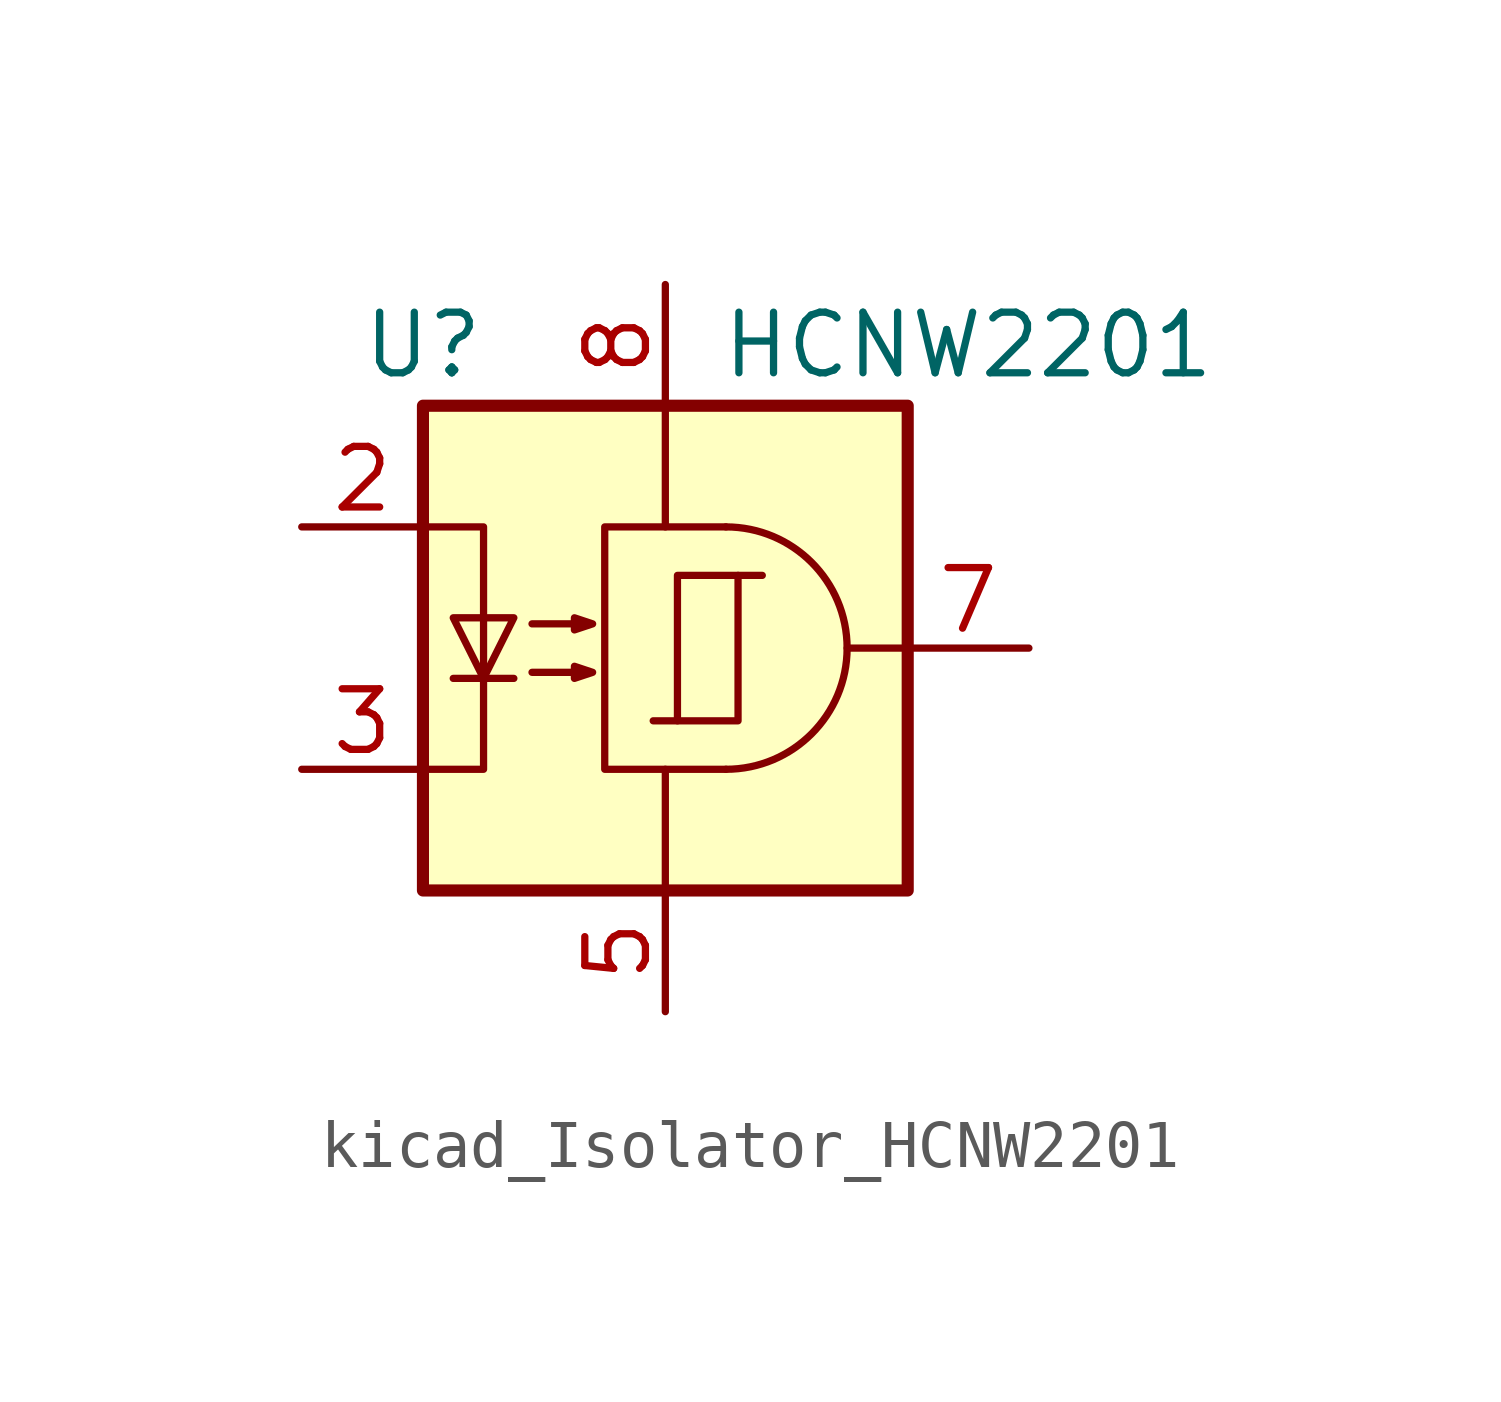
<source format=kicad_sym>
(kicad_symbol_lib
  (version 20220914)
  (generator kicad_symbol_editor)
  (symbol "kicad_Isolator_HCNW2201"
    (property "Reference" "U"
      (at -5.08 6.35 0)
      (effects (font (size 1.27 1.27))))
    (property "Value" "HCNW2201"
      (at 6.35 6.35 0)
      (effects (font (size 1.27 1.27))))
    (symbol "kicad_Isolator_HCNW2201_0_1"
      (polyline (pts (xy 5.08 0) (xy 3.81 0)) (stroke (width 0) (type default)) (fill (type none))))
    (symbol "kicad_Isolator_HCNW2201_1_1"
      (rectangle (start -5.08 5.08) (end 5.08 -5.08) (stroke (width 0.254) (type default)) (fill (type background)))
      (polyline (pts (xy -4.445 -0.635) (xy -3.175 -0.635)) (stroke (width 0) (type default)) (fill (type none)))
      (polyline (pts (xy 0 2.54) (xy 0 5.08)) (stroke (width 0) (type default)) (fill (type none)))
      (polyline (pts (xy 0.254 -1.524) (xy -0.254 -1.524)) (stroke (width 0) (type default)) (fill (type none)))
      (polyline (pts (xy 1.524 1.524) (xy 2.032 1.524)) (stroke (width 0) (type default)) (fill (type none)))
      (polyline (pts (xy 0 -2.54) (xy 0 -5.08) (xy 0 -3.81)) (stroke (width 0) (type default)) (fill (type none)))
      (polyline (pts (xy -5.08 -2.54) (xy -3.81 -2.54) (xy -3.81 2.54) (xy -5.08 2.54)) (stroke (width 0) (type default)) (fill (type none)))
      (polyline (pts (xy -3.81 -0.635) (xy -4.445 0.635) (xy -3.175 0.635) (xy -3.81 -0.635)) (stroke (width 0) (type default)) (fill (type none)))
      (polyline (pts (xy 1.27 -2.54) (xy -1.27 -2.54) (xy -1.27 2.54) (xy 1.27 2.54)) (stroke (width 0) (type default)) (fill (type none)))
      (polyline (pts (xy -2.794 -0.508) (xy -1.524 -0.508) (xy -1.905 -0.635) (xy -1.905 -0.381) (xy -1.524 -0.508)) (stroke (width 0) (type default)) (fill (type none)))
      (polyline (pts (xy -2.794 0.508) (xy -1.524 0.508) (xy -1.905 0.381) (xy -1.905 0.635) (xy -1.524 0.508)) (stroke (width 0) (type default)) (fill (type none)))
      (rectangle (start 0.254 1.524) (end 1.524 -1.524) (stroke (width 0) (type default)) (fill (type none)))
      (arc (start 1.27 -2.54) (mid 3.799 0) (end 1.27 2.54) (stroke (width 0) (type default)) (fill (type none)))
      (pin no_connect line (at -5.08 0 0) (length 2.54) hide (name "~" (effects (font (size 1.27 1.27)))) (number "1" (effects (font (size 1.27 1.27)))))
      (pin passive line (at -7.62 2.54 0) (length 2.54) (name "~" (effects (font (size 1.27 1.27)))) (number "2" (effects (font (size 1.27 1.27)))))
      (pin passive line (at -7.62 -2.54 0) (length 2.54) (name "~" (effects (font (size 1.27 1.27)))) (number "3" (effects (font (size 1.27 1.27)))))
      (pin no_connect line (at -5.08 -5.08 0) (length 2.54) hide (name "~" (effects (font (size 1.27 1.27)))) (number "4" (effects (font (size 1.27 1.27)))))
      (pin power_in line (at 0 -7.62 90) (length 2.54) (name "~" (effects (font (size 1.27 1.27)))) (number "5" (effects (font (size 1.27 1.27)))))
      (pin no_connect line (at 5.08 -2.54 180) (length 2.54) hide (name "~" (effects (font (size 1.27 1.27)))) (number "6" (effects (font (size 1.27 1.27)))))
      (pin output line (at 7.62 0 180) (length 2.54) (name "~" (effects (font (size 1.27 1.27)))) (number "7" (effects (font (size 1.27 1.27)))))
      (pin power_in line (at 0 7.62 270) (length 2.54) (name "~" (effects (font (size 1.27 1.27)))) (number "8" (effects (font (size 1.27 1.27))))))))
</source>
